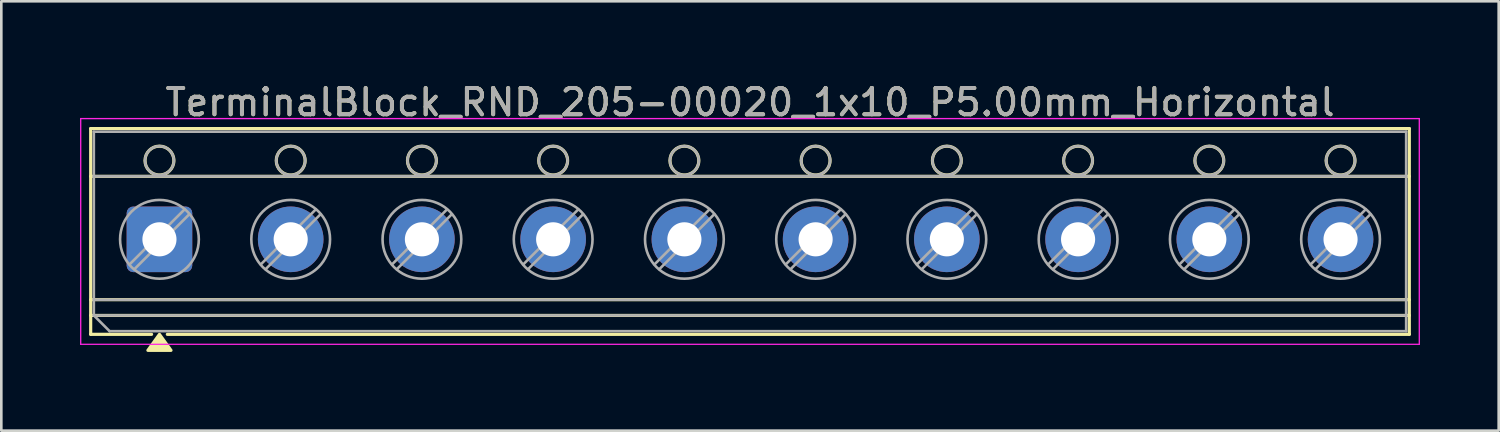
<source format=kicad_pcb>
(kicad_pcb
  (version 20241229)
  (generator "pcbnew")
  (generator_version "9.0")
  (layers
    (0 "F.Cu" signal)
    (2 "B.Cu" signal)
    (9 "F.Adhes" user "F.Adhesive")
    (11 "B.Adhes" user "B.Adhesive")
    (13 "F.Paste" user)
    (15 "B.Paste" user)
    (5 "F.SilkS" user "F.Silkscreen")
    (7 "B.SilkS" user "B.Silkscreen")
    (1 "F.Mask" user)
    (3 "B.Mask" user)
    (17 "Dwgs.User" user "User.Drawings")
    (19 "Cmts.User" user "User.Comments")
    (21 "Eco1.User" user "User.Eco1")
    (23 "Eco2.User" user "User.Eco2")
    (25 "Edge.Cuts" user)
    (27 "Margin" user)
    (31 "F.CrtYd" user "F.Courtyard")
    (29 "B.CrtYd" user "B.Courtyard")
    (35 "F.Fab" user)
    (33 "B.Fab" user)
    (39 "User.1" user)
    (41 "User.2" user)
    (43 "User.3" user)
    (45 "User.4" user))
  (footprint "TerminalBlock_RND_205-00020_1x10_P5.00mm_Horizontal"
    (layer "F.Cu")
    (at 3.025 6.068)
    (property "Reference" "TerminalBlock_RND_205-00020_1x10_P5.00mm_Horizontal" (at 22.5 -5.22 0) (layer "F.SilkS") (effects (font (size 1 1) (thickness 0.15))))
    (attr through_hole)
    (fp_line (start -2.62 -4.22) (end -2.62 3.62) (stroke (width 0.12) (type solid)) (layer "F.SilkS"))
    (fp_line (start -2.62 -4.22) (end 47.62 -4.22) (stroke (width 0.12) (type solid)) (layer "F.SilkS"))
    (fp_line (start -2.62 -2.4) (end 47.62 -2.4) (stroke (width 0.12) (type solid)) (layer "F.SilkS"))
    (fp_line (start -2.62 2.3) (end 47.62 2.3) (stroke (width 0.12) (type solid)) (layer "F.SilkS"))
    (fp_line (start -2.62 2.9) (end 47.62 2.9) (stroke (width 0.12) (type solid)) (layer "F.SilkS"))
    (fp_line (start -2.62 3.62) (end -0.3 3.62) (stroke (width 0.12) (type solid)) (layer "F.SilkS"))
    (fp_line (start 0.3 3.62) (end 47.62 3.62) (stroke (width 0.12) (type solid)) (layer "F.SilkS"))
    (fp_line (start 47.62 -4.22) (end 47.62 3.62) (stroke (width 0.12) (type solid)) (layer "F.SilkS"))
    (fp_circle (center 0 -3) (end 0.55 -3) (stroke (width 0.12) (type solid)) (fill no) (layer "F.SilkS"))
    (fp_circle (center 5 -3) (end 5.55 -3) (stroke (width 0.12) (type solid)) (fill no) (layer "F.SilkS"))
    (fp_circle (center 10 -3) (end 10.55 -3) (stroke (width 0.12) (type solid)) (fill no) (layer "F.SilkS"))
    (fp_circle (center 15 -3) (end 15.55 -3) (stroke (width 0.12) (type solid)) (fill no) (layer "F.SilkS"))
    (fp_circle (center 20 -3) (end 20.55 -3) (stroke (width 0.12) (type solid)) (fill no) (layer "F.SilkS"))
    (fp_circle (center 25 -3) (end 25.55 -3) (stroke (width 0.12) (type solid)) (fill no) (layer "F.SilkS"))
    (fp_circle (center 30 -3) (end 30.55 -3) (stroke (width 0.12) (type solid)) (fill no) (layer "F.SilkS"))
    (fp_circle (center 35 -3) (end 35.55 -3) (stroke (width 0.12) (type solid)) (fill no) (layer "F.SilkS"))
    (fp_circle (center 40 -3) (end 40.55 -3) (stroke (width 0.12) (type solid)) (fill no) (layer "F.SilkS"))
    (fp_circle (center 45 -3) (end 45.55 -3) (stroke (width 0.12) (type solid)) (fill no) (layer "F.SilkS"))
    (fp_poly (pts (xy 0 3.62) (xy 0.44 4.23) (xy -0.44 4.23)) (stroke (width 0.12) (type solid)) (fill yes) (layer "F.SilkS"))
    (fp_line (start -3 -4.6) (end -3 4) (stroke (width 0.05) (type solid)) (layer "F.CrtYd"))
    (fp_line (start -3 4) (end 48 4) (stroke (width 0.05) (type solid)) (layer "F.CrtYd"))
    (fp_line (start 48 -4.6) (end -3 -4.6) (stroke (width 0.05) (type solid)) (layer "F.CrtYd"))
    (fp_line (start 48 4) (end 48 -4.6) (stroke (width 0.05) (type solid)) (layer "F.CrtYd"))
    (fp_line (start -2.5 -4.1) (end 47.5 -4.1) (stroke (width 0.1) (type solid)) (layer "F.Fab"))
    (fp_line (start -2.5 -2.4) (end 47.5 -2.4) (stroke (width 0.1) (type solid)) (layer "F.Fab"))
    (fp_line (start -2.5 2.3) (end 47.5 2.3) (stroke (width 0.1) (type solid)) (layer "F.Fab"))
    (fp_line (start -2.5 2.9) (end -2.5 -4.1) (stroke (width 0.1) (type solid)) (layer "F.Fab"))
    (fp_line (start -2.5 2.9) (end 47.5 2.9) (stroke (width 0.1) (type solid)) (layer "F.Fab"))
    (fp_line (start -1.9 3.5) (end -2.5 2.9) (stroke (width 0.1) (type solid)) (layer "F.Fab"))
    (fp_line (start 0.955 -1.138) (end -1.138 0.955) (stroke (width 0.1) (type solid)) (layer "F.Fab"))
    (fp_line (start 1.138 -0.955) (end -0.955 1.138) (stroke (width 0.1) (type solid)) (layer "F.Fab"))
    (fp_line (start 5.955 -1.138) (end 3.862 0.955) (stroke (width 0.1) (type solid)) (layer "F.Fab"))
    (fp_line (start 6.138 -0.955) (end 4.045 1.138) (stroke (width 0.1) (type solid)) (layer "F.Fab"))
    (fp_line (start 10.955 -1.138) (end 8.862 0.955) (stroke (width 0.1) (type solid)) (layer "F.Fab"))
    (fp_line (start 11.138 -0.955) (end 9.045 1.138) (stroke (width 0.1) (type solid)) (layer "F.Fab"))
    (fp_line (start 15.955 -1.138) (end 13.862 0.955) (stroke (width 0.1) (type solid)) (layer "F.Fab"))
    (fp_line (start 16.138 -0.955) (end 14.045 1.138) (stroke (width 0.1) (type solid)) (layer "F.Fab"))
    (fp_line (start 20.955 -1.138) (end 18.862 0.955) (stroke (width 0.1) (type solid)) (layer "F.Fab"))
    (fp_line (start 21.138 -0.955) (end 19.045 1.138) (stroke (width 0.1) (type solid)) (layer "F.Fab"))
    (fp_line (start 25.955 -1.138) (end 23.862 0.955) (stroke (width 0.1) (type solid)) (layer "F.Fab"))
    (fp_line (start 26.138 -0.955) (end 24.045 1.138) (stroke (width 0.1) (type solid)) (layer "F.Fab"))
    (fp_line (start 30.955 -1.138) (end 28.862 0.955) (stroke (width 0.1) (type solid)) (layer "F.Fab"))
    (fp_line (start 31.138 -0.955) (end 29.045 1.138) (stroke (width 0.1) (type solid)) (layer "F.Fab"))
    (fp_line (start 35.955 -1.138) (end 33.862 0.955) (stroke (width 0.1) (type solid)) (layer "F.Fab"))
    (fp_line (start 36.138 -0.955) (end 34.045 1.138) (stroke (width 0.1) (type solid)) (layer "F.Fab"))
    (fp_line (start 40.955 -1.138) (end 38.862 0.955) (stroke (width 0.1) (type solid)) (layer "F.Fab"))
    (fp_line (start 41.138 -0.955) (end 39.045 1.138) (stroke (width 0.1) (type solid)) (layer "F.Fab"))
    (fp_line (start 45.955 -1.138) (end 43.862 0.955) (stroke (width 0.1) (type solid)) (layer "F.Fab"))
    (fp_line (start 46.138 -0.955) (end 44.045 1.138) (stroke (width 0.1) (type solid)) (layer "F.Fab"))
    (fp_line (start 47.5 -4.1) (end 47.5 3.5) (stroke (width 0.1) (type solid)) (layer "F.Fab"))
    (fp_line (start 47.5 3.5) (end -1.9 3.5) (stroke (width 0.1) (type solid)) (layer "F.Fab"))
    (fp_circle (center 0 -3) (end 0.55 -3) (stroke (width 0.1) (type solid)) (fill no) (layer "F.Fab"))
    (fp_circle (center 0 0) (end 1.5 0) (stroke (width 0.1) (type solid)) (fill no) (layer "F.Fab"))
    (fp_circle (center 5 -3) (end 5.55 -3) (stroke (width 0.1) (type solid)) (fill no) (layer "F.Fab"))
    (fp_circle (center 5 0) (end 6.5 0) (stroke (width 0.1) (type solid)) (fill no) (layer "F.Fab"))
    (fp_circle (center 10 -3) (end 10.55 -3) (stroke (width 0.1) (type solid)) (fill no) (layer "F.Fab"))
    (fp_circle (center 10 0) (end 11.5 0) (stroke (width 0.1) (type solid)) (fill no) (layer "F.Fab"))
    (fp_circle (center 15 -3) (end 15.55 -3) (stroke (width 0.1) (type solid)) (fill no) (layer "F.Fab"))
    (fp_circle (center 15 0) (end 16.5 0) (stroke (width 0.1) (type solid)) (fill no) (layer "F.Fab"))
    (fp_circle (center 20 -3) (end 20.55 -3) (stroke (width 0.1) (type solid)) (fill no) (layer "F.Fab"))
    (fp_circle (center 20 0) (end 21.5 0) (stroke (width 0.1) (type solid)) (fill no) (layer "F.Fab"))
    (fp_circle (center 25 -3) (end 25.55 -3) (stroke (width 0.1) (type solid)) (fill no) (layer "F.Fab"))
    (fp_circle (center 25 0) (end 26.5 0) (stroke (width 0.1) (type solid)) (fill no) (layer "F.Fab"))
    (fp_circle (center 30 -3) (end 30.55 -3) (stroke (width 0.1) (type solid)) (fill no) (layer "F.Fab"))
    (fp_circle (center 30 0) (end 31.5 0) (stroke (width 0.1) (type solid)) (fill no) (layer "F.Fab"))
    (fp_circle (center 35 -3) (end 35.55 -3) (stroke (width 0.1) (type solid)) (fill no) (layer "F.Fab"))
    (fp_circle (center 35 0) (end 36.5 0) (stroke (width 0.1) (type solid)) (fill no) (layer "F.Fab"))
    (fp_circle (center 40 -3) (end 40.55 -3) (stroke (width 0.1) (type solid)) (fill no) (layer "F.Fab"))
    (fp_circle (center 40 0) (end 41.5 0) (stroke (width 0.1) (type solid)) (fill no) (layer "F.Fab"))
    (fp_circle (center 45 -3) (end 45.55 -3) (stroke (width 0.1) (type solid)) (fill no) (layer "F.Fab"))
    (fp_circle (center 45 0) (end 46.5 0) (stroke (width 0.1) (type solid)) (fill no) (layer "F.Fab"))
    (fp_text user "${REFERENCE}" (at 22.5 -5.22 0) (layer "F.Fab") (effects (font (size 1 1) (thickness 0.15))))
    (pad "1" thru_hole roundrect (at 0 0) (size 2.5 2.5) (drill 1.3) (layers "*.Cu" "*.Mask") (roundrect_rratio 0.1))
    (pad "2" thru_hole circle (at 5 0) (size 2.5 2.5) (drill 1.3) (layers "*.Cu" "*.Mask"))
    (pad "3" thru_hole circle (at 10 0) (size 2.5 2.5) (drill 1.3) (layers "*.Cu" "*.Mask"))
    (pad "4" thru_hole circle (at 15 0) (size 2.5 2.5) (drill 1.3) (layers "*.Cu" "*.Mask"))
    (pad "5" thru_hole circle (at 20 0) (size 2.5 2.5) (drill 1.3) (layers "*.Cu" "*.Mask"))
    (pad "6" thru_hole circle (at 25 0) (size 2.5 2.5) (drill 1.3) (layers "*.Cu" "*.Mask"))
    (pad "7" thru_hole circle (at 30 0) (size 2.5 2.5) (drill 1.3) (layers "*.Cu" "*.Mask"))
    (pad "8" thru_hole circle (at 35 0) (size 2.5 2.5) (drill 1.3) (layers "*.Cu" "*.Mask"))
    (pad "9" thru_hole circle (at 40 0) (size 2.5 2.5) (drill 1.3) (layers "*.Cu" "*.Mask"))
    (pad "10" thru_hole circle (at 45 0) (size 2.5 2.5) (drill 1.3) (layers "*.Cu" "*.Mask")))
  (gr_rect
    (start -3 -3)
    (end 54.05 13.358)
    (stroke (width 0.1) (type default))
    (fill no)
    (layer "Edge.Cuts")))
</source>
